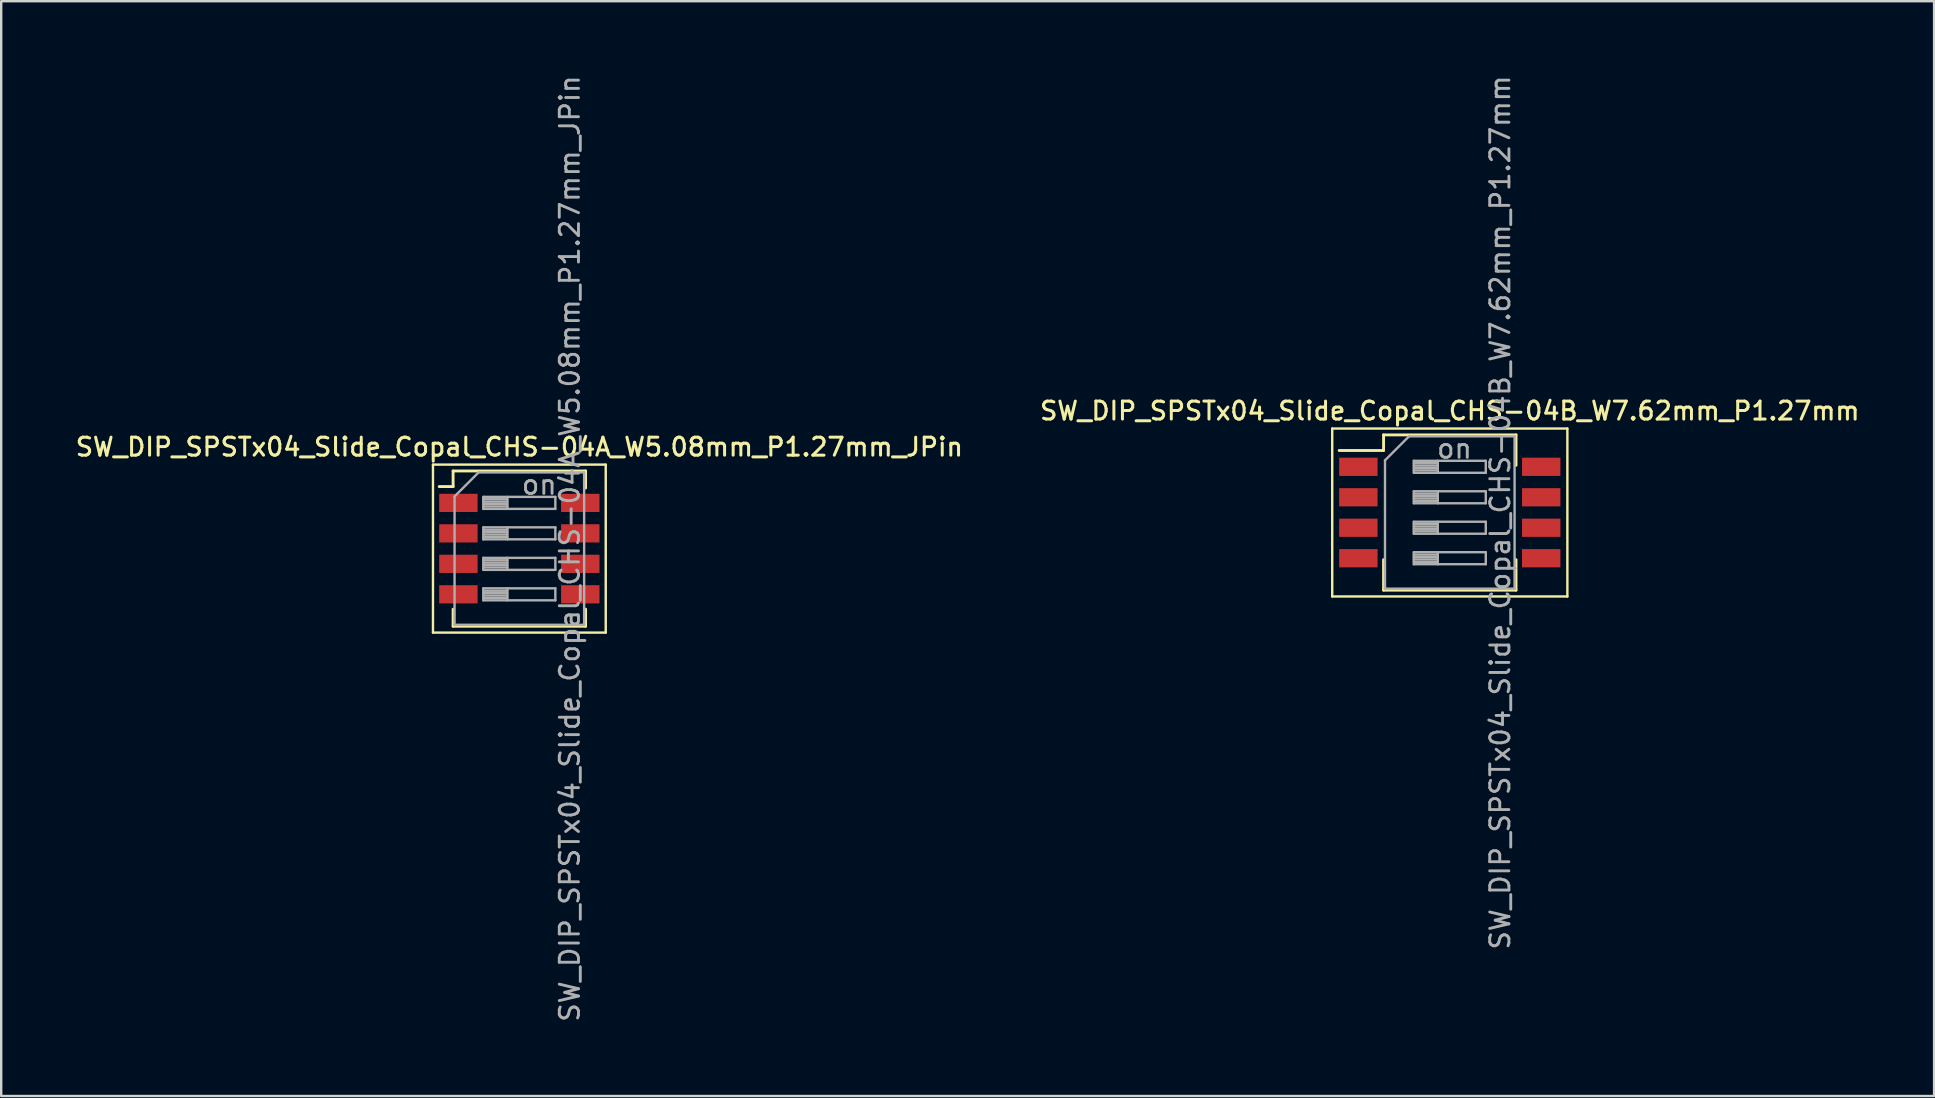
<source format=kicad_pcb>
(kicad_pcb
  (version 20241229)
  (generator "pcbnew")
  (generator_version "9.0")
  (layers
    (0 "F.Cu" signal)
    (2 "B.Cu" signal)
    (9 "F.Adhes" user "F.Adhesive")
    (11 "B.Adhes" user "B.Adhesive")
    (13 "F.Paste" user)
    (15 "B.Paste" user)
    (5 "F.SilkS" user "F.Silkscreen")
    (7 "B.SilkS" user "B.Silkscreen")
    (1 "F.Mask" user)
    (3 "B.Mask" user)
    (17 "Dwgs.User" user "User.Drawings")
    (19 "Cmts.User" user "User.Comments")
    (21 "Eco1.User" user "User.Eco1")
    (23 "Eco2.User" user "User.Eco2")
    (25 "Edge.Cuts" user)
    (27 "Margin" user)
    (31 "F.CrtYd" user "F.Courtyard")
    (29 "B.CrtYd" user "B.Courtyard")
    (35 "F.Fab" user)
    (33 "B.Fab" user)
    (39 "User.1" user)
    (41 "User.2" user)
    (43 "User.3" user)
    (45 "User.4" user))
  (footprint "SW_DIP_SPSTx04_Slide_Copal_CHS-04A_W5.08mm_P1.27mm_JPin"
    (layer "F.Cu")
    (at 18.595 19.814)
    (property "Reference" "SW_DIP_SPSTx04_Slide_Copal_CHS-04A_W5.08mm_P1.27mm_JPin" (at 0 -4.235 0) (layer "F.SilkS") (effects (font (size 0.75 0.75) (thickness 0.125))))
    (attr smd)
    (fp_line (start -3.6 -3.5) (end -3.6 3.5) (stroke (width 0.1) (type solid)) (layer "F.SilkS"))
    (fp_line (start -3.6 3.5) (end 3.6 3.5) (stroke (width 0.1) (type solid)) (layer "F.SilkS"))
    (fp_line (start -3.34 -2.585) (end -2.761 -2.585) (stroke (width 0.12) (type solid)) (layer "F.SilkS"))
    (fp_line (start -2.761 -3.235) (end -2.761 -2.585) (stroke (width 0.12) (type solid)) (layer "F.SilkS"))
    (fp_line (start -2.761 -3.235) (end 2.76 -3.235) (stroke (width 0.12) (type solid)) (layer "F.SilkS"))
    (fp_line (start -2.761 2.525) (end -2.761 3.235) (stroke (width 0.12) (type solid)) (layer "F.SilkS"))
    (fp_line (start -2.761 3.235) (end 2.76 3.235) (stroke (width 0.12) (type solid)) (layer "F.SilkS"))
    (fp_line (start 2.76 -3.235) (end 2.76 -2.525) (stroke (width 0.12) (type solid)) (layer "F.SilkS"))
    (fp_line (start 2.76 2.525) (end 2.76 3.235) (stroke (width 0.12) (type solid)) (layer "F.SilkS"))
    (fp_line (start 3.6 -3.5) (end -3.6 -3.5) (stroke (width 0.1) (type solid)) (layer "F.SilkS"))
    (fp_line (start 3.6 3.5) (end 3.6 -3.5) (stroke (width 0.1) (type solid)) (layer "F.SilkS"))
    (fp_line (start -2.7 -2.175) (end -1.7 -3.175) (stroke (width 0.1) (type solid)) (layer "F.Fab"))
    (fp_line (start -2.7 3.175) (end -2.7 -2.175) (stroke (width 0.1) (type solid)) (layer "F.Fab"))
    (fp_line (start -1.7 -3.175) (end 2.7 -3.175) (stroke (width 0.1) (type solid)) (layer "F.Fab"))
    (fp_line (start -1.5 -2.155) (end -1.5 -1.655) (stroke (width 0.1) (type solid)) (layer "F.Fab"))
    (fp_line (start -1.5 -2.055) (end -0.5 -2.055) (stroke (width 0.1) (type solid)) (layer "F.Fab"))
    (fp_line (start -1.5 -1.955) (end -0.5 -1.955) (stroke (width 0.1) (type solid)) (layer "F.Fab"))
    (fp_line (start -1.5 -1.855) (end -0.5 -1.855) (stroke (width 0.1) (type solid)) (layer "F.Fab"))
    (fp_line (start -1.5 -1.755) (end -0.5 -1.755) (stroke (width 0.1) (type solid)) (layer "F.Fab"))
    (fp_line (start -1.5 -1.655) (end 1.5 -1.655) (stroke (width 0.1) (type solid)) (layer "F.Fab"))
    (fp_line (start -1.5 -0.885) (end -1.5 -0.385) (stroke (width 0.1) (type solid)) (layer "F.Fab"))
    (fp_line (start -1.5 -0.785) (end -0.5 -0.785) (stroke (width 0.1) (type solid)) (layer "F.Fab"))
    (fp_line (start -1.5 -0.685) (end -0.5 -0.685) (stroke (width 0.1) (type solid)) (layer "F.Fab"))
    (fp_line (start -1.5 -0.585) (end -0.5 -0.585) (stroke (width 0.1) (type solid)) (layer "F.Fab"))
    (fp_line (start -1.5 -0.485) (end -0.5 -0.485) (stroke (width 0.1) (type solid)) (layer "F.Fab"))
    (fp_line (start -1.5 -0.385) (end 1.5 -0.385) (stroke (width 0.1) (type solid)) (layer "F.Fab"))
    (fp_line (start -1.5 0.385) (end -1.5 0.885) (stroke (width 0.1) (type solid)) (layer "F.Fab"))
    (fp_line (start -1.5 0.485) (end -0.5 0.485) (stroke (width 0.1) (type solid)) (layer "F.Fab"))
    (fp_line (start -1.5 0.585) (end -0.5 0.585) (stroke (width 0.1) (type solid)) (layer "F.Fab"))
    (fp_line (start -1.5 0.685) (end -0.5 0.685) (stroke (width 0.1) (type solid)) (layer "F.Fab"))
    (fp_line (start -1.5 0.785) (end -0.5 0.785) (stroke (width 0.1) (type solid)) (layer "F.Fab"))
    (fp_line (start -1.5 0.885) (end 1.5 0.885) (stroke (width 0.1) (type solid)) (layer "F.Fab"))
    (fp_line (start -1.5 1.655) (end -1.5 2.155) (stroke (width 0.1) (type solid)) (layer "F.Fab"))
    (fp_line (start -1.5 1.755) (end -0.5 1.755) (stroke (width 0.1) (type solid)) (layer "F.Fab"))
    (fp_line (start -1.5 1.855) (end -0.5 1.855) (stroke (width 0.1) (type solid)) (layer "F.Fab"))
    (fp_line (start -1.5 1.955) (end -0.5 1.955) (stroke (width 0.1) (type solid)) (layer "F.Fab"))
    (fp_line (start -1.5 2.055) (end -0.5 2.055) (stroke (width 0.1) (type solid)) (layer "F.Fab"))
    (fp_line (start -1.5 2.155) (end 1.5 2.155) (stroke (width 0.1) (type solid)) (layer "F.Fab"))
    (fp_line (start -0.5 -2.155) (end -0.5 -1.655) (stroke (width 0.1) (type solid)) (layer "F.Fab"))
    (fp_line (start -0.5 -0.885) (end -0.5 -0.385) (stroke (width 0.1) (type solid)) (layer "F.Fab"))
    (fp_line (start -0.5 0.385) (end -0.5 0.885) (stroke (width 0.1) (type solid)) (layer "F.Fab"))
    (fp_line (start -0.5 1.655) (end -0.5 2.155) (stroke (width 0.1) (type solid)) (layer "F.Fab"))
    (fp_line (start 1.5 -2.155) (end -1.5 -2.155) (stroke (width 0.1) (type solid)) (layer "F.Fab"))
    (fp_line (start 1.5 -1.655) (end 1.5 -2.155) (stroke (width 0.1) (type solid)) (layer "F.Fab"))
    (fp_line (start 1.5 -0.885) (end -1.5 -0.885) (stroke (width 0.1) (type solid)) (layer "F.Fab"))
    (fp_line (start 1.5 -0.385) (end 1.5 -0.885) (stroke (width 0.1) (type solid)) (layer "F.Fab"))
    (fp_line (start 1.5 0.385) (end -1.5 0.385) (stroke (width 0.1) (type solid)) (layer "F.Fab"))
    (fp_line (start 1.5 0.885) (end 1.5 0.385) (stroke (width 0.1) (type solid)) (layer "F.Fab"))
    (fp_line (start 1.5 1.655) (end -1.5 1.655) (stroke (width 0.1) (type solid)) (layer "F.Fab"))
    (fp_line (start 1.5 2.155) (end 1.5 1.655) (stroke (width 0.1) (type solid)) (layer "F.Fab"))
    (fp_line (start 2.7 -3.175) (end 2.7 3.175) (stroke (width 0.1) (type solid)) (layer "F.Fab"))
    (fp_line (start 2.7 3.175) (end -2.7 3.175) (stroke (width 0.1) (type solid)) (layer "F.Fab"))
    (fp_text user "${REFERENCE}" (at 2.1 0 90) (layer "F.Fab") (effects (font (size 0.8 0.8) (thickness 0.12))))
    (fp_text user "on" (at 0.83 -2.665 0) (layer "F.Fab") (effects (font (size 0.8 0.8) (thickness 0.12))))
    (pad "1" smd rect (at -2.54 -1.905) (size 1.6 0.76) (layers "F.Cu" "F.Mask" "F.Paste"))
    (pad "2" smd rect (at -2.54 -0.635) (size 1.6 0.76) (layers "F.Cu" "F.Mask" "F.Paste"))
    (pad "3" smd rect (at -2.54 0.635) (size 1.6 0.76) (layers "F.Cu" "F.Mask" "F.Paste"))
    (pad "4" smd rect (at -2.54 1.905) (size 1.6 0.76) (layers "F.Cu" "F.Mask" "F.Paste"))
    (pad "5" smd rect (at 2.54 1.905) (size 1.6 0.76) (layers "F.Cu" "F.Mask" "F.Paste"))
    (pad "6" smd rect (at 2.54 0.635) (size 1.6 0.76) (layers "F.Cu" "F.Mask" "F.Paste"))
    (pad "7" smd rect (at 2.54 -0.635) (size 1.6 0.76) (layers "F.Cu" "F.Mask" "F.Paste"))
    (pad "8" smd rect (at 2.54 -1.905) (size 1.6 0.76) (layers "F.Cu" "F.Mask" "F.Paste")))
  (footprint "SW_DIP_SPSTx04_Slide_Copal_CHS-04B_W7.62mm_P1.27mm"
    (layer "F.Cu")
    (at 57.373 18.31)
    (property "Reference" "SW_DIP_SPSTx04_Slide_Copal_CHS-04B_W7.62mm_P1.27mm" (at 0 -4.235 0) (layer "F.SilkS") (effects (font (size 0.75 0.75) (thickness 0.125))))
    (attr smd)
    (fp_line (start -4.9 -3.5) (end -4.9 3.5) (stroke (width 0.1) (type solid)) (layer "F.SilkS"))
    (fp_line (start -4.9 3.5) (end 4.9 3.5) (stroke (width 0.1) (type solid)) (layer "F.SilkS"))
    (fp_line (start -4.61 -2.585) (end -2.76 -2.585) (stroke (width 0.12) (type solid)) (layer "F.SilkS"))
    (fp_line (start -2.76 -3.235) (end -2.76 -2.585) (stroke (width 0.12) (type solid)) (layer "F.SilkS"))
    (fp_line (start -2.76 -3.235) (end 2.76 -3.235) (stroke (width 0.12) (type solid)) (layer "F.SilkS"))
    (fp_line (start -2.76 1.965) (end -2.76 3.235) (stroke (width 0.12) (type solid)) (layer "F.SilkS"))
    (fp_line (start -2.76 3.235) (end 2.76 3.235) (stroke (width 0.12) (type solid)) (layer "F.SilkS"))
    (fp_line (start 2.76 -3.235) (end 2.76 -1.966) (stroke (width 0.12) (type solid)) (layer "F.SilkS"))
    (fp_line (start 2.76 1.965) (end 2.76 3.235) (stroke (width 0.12) (type solid)) (layer "F.SilkS"))
    (fp_line (start 4.9 -3.5) (end -4.9 -3.5) (stroke (width 0.1) (type solid)) (layer "F.SilkS"))
    (fp_line (start 4.9 3.5) (end 4.9 -3.5) (stroke (width 0.1) (type solid)) (layer "F.SilkS"))
    (fp_line (start -2.7 -2.175) (end -1.7 -3.175) (stroke (width 0.1) (type solid)) (layer "F.Fab"))
    (fp_line (start -2.7 3.175) (end -2.7 -2.175) (stroke (width 0.1) (type solid)) (layer "F.Fab"))
    (fp_line (start -1.7 -3.175) (end 2.7 -3.175) (stroke (width 0.1) (type solid)) (layer "F.Fab"))
    (fp_line (start -1.5 -2.155) (end -1.5 -1.655) (stroke (width 0.1) (type solid)) (layer "F.Fab"))
    (fp_line (start -1.5 -2.055) (end -0.5 -2.055) (stroke (width 0.1) (type solid)) (layer "F.Fab"))
    (fp_line (start -1.5 -1.955) (end -0.5 -1.955) (stroke (width 0.1) (type solid)) (layer "F.Fab"))
    (fp_line (start -1.5 -1.855) (end -0.5 -1.855) (stroke (width 0.1) (type solid)) (layer "F.Fab"))
    (fp_line (start -1.5 -1.755) (end -0.5 -1.755) (stroke (width 0.1) (type solid)) (layer "F.Fab"))
    (fp_line (start -1.5 -1.655) (end 1.5 -1.655) (stroke (width 0.1) (type solid)) (layer "F.Fab"))
    (fp_line (start -1.5 -0.885) (end -1.5 -0.385) (stroke (width 0.1) (type solid)) (layer "F.Fab"))
    (fp_line (start -1.5 -0.785) (end -0.5 -0.785) (stroke (width 0.1) (type solid)) (layer "F.Fab"))
    (fp_line (start -1.5 -0.685) (end -0.5 -0.685) (stroke (width 0.1) (type solid)) (layer "F.Fab"))
    (fp_line (start -1.5 -0.585) (end -0.5 -0.585) (stroke (width 0.1) (type solid)) (layer "F.Fab"))
    (fp_line (start -1.5 -0.485) (end -0.5 -0.485) (stroke (width 0.1) (type solid)) (layer "F.Fab"))
    (fp_line (start -1.5 -0.385) (end 1.5 -0.385) (stroke (width 0.1) (type solid)) (layer "F.Fab"))
    (fp_line (start -1.5 0.385) (end -1.5 0.885) (stroke (width 0.1) (type solid)) (layer "F.Fab"))
    (fp_line (start -1.5 0.485) (end -0.5 0.485) (stroke (width 0.1) (type solid)) (layer "F.Fab"))
    (fp_line (start -1.5 0.585) (end -0.5 0.585) (stroke (width 0.1) (type solid)) (layer "F.Fab"))
    (fp_line (start -1.5 0.685) (end -0.5 0.685) (stroke (width 0.1) (type solid)) (layer "F.Fab"))
    (fp_line (start -1.5 0.785) (end -0.5 0.785) (stroke (width 0.1) (type solid)) (layer "F.Fab"))
    (fp_line (start -1.5 0.885) (end 1.5 0.885) (stroke (width 0.1) (type solid)) (layer "F.Fab"))
    (fp_line (start -1.5 1.655) (end -1.5 2.155) (stroke (width 0.1) (type solid)) (layer "F.Fab"))
    (fp_line (start -1.5 1.755) (end -0.5 1.755) (stroke (width 0.1) (type solid)) (layer "F.Fab"))
    (fp_line (start -1.5 1.855) (end -0.5 1.855) (stroke (width 0.1) (type solid)) (layer "F.Fab"))
    (fp_line (start -1.5 1.955) (end -0.5 1.955) (stroke (width 0.1) (type solid)) (layer "F.Fab"))
    (fp_line (start -1.5 2.055) (end -0.5 2.055) (stroke (width 0.1) (type solid)) (layer "F.Fab"))
    (fp_line (start -1.5 2.155) (end 1.5 2.155) (stroke (width 0.1) (type solid)) (layer "F.Fab"))
    (fp_line (start -0.5 -2.155) (end -0.5 -1.655) (stroke (width 0.1) (type solid)) (layer "F.Fab"))
    (fp_line (start -0.5 -0.885) (end -0.5 -0.385) (stroke (width 0.1) (type solid)) (layer "F.Fab"))
    (fp_line (start -0.5 0.385) (end -0.5 0.885) (stroke (width 0.1) (type solid)) (layer "F.Fab"))
    (fp_line (start -0.5 1.655) (end -0.5 2.155) (stroke (width 0.1) (type solid)) (layer "F.Fab"))
    (fp_line (start 1.5 -2.155) (end -1.5 -2.155) (stroke (width 0.1) (type solid)) (layer "F.Fab"))
    (fp_line (start 1.5 -1.655) (end 1.5 -2.155) (stroke (width 0.1) (type solid)) (layer "F.Fab"))
    (fp_line (start 1.5 -0.885) (end -1.5 -0.885) (stroke (width 0.1) (type solid)) (layer "F.Fab"))
    (fp_line (start 1.5 -0.385) (end 1.5 -0.885) (stroke (width 0.1) (type solid)) (layer "F.Fab"))
    (fp_line (start 1.5 0.385) (end -1.5 0.385) (stroke (width 0.1) (type solid)) (layer "F.Fab"))
    (fp_line (start 1.5 0.885) (end 1.5 0.385) (stroke (width 0.1) (type solid)) (layer "F.Fab"))
    (fp_line (start 1.5 1.655) (end -1.5 1.655) (stroke (width 0.1) (type solid)) (layer "F.Fab"))
    (fp_line (start 1.5 2.155) (end 1.5 1.655) (stroke (width 0.1) (type solid)) (layer "F.Fab"))
    (fp_line (start 2.7 -3.175) (end 2.7 3.175) (stroke (width 0.1) (type solid)) (layer "F.Fab"))
    (fp_line (start 2.7 3.175) (end -2.7 3.175) (stroke (width 0.1) (type solid)) (layer "F.Fab"))
    (fp_text user "on" (at 0.195 -2.665 0) (layer "F.Fab") (effects (font (size 0.8 0.8) (thickness 0.12))))
    (fp_text user "${REFERENCE}" (at 2.1 0 90) (layer "F.Fab") (effects (font (size 0.8 0.8) (thickness 0.12))))
    (pad "1" smd rect (at -3.81 -1.905) (size 1.6 0.76) (layers "F.Cu" "F.Mask" "F.Paste"))
    (pad "2" smd rect (at -3.81 -0.635) (size 1.6 0.76) (layers "F.Cu" "F.Mask" "F.Paste"))
    (pad "3" smd rect (at -3.81 0.635) (size 1.6 0.76) (layers "F.Cu" "F.Mask" "F.Paste"))
    (pad "4" smd rect (at -3.81 1.905) (size 1.6 0.76) (layers "F.Cu" "F.Mask" "F.Paste"))
    (pad "5" smd rect (at 3.81 1.905) (size 1.6 0.76) (layers "F.Cu" "F.Mask" "F.Paste"))
    (pad "6" smd rect (at 3.81 0.635) (size 1.6 0.76) (layers "F.Cu" "F.Mask" "F.Paste"))
    (pad "7" smd rect (at 3.81 -0.635) (size 1.6 0.76) (layers "F.Cu" "F.Mask" "F.Paste"))
    (pad "8" smd rect (at 3.81 -1.905) (size 1.6 0.76) (layers "F.Cu" "F.Mask" "F.Paste")))
  (gr_rect
    (start -3 -3)
    (end 77.557 42.629)
    (stroke (width 0.1) (type default))
    (fill no)
    (layer "Edge.Cuts")))
</source>
